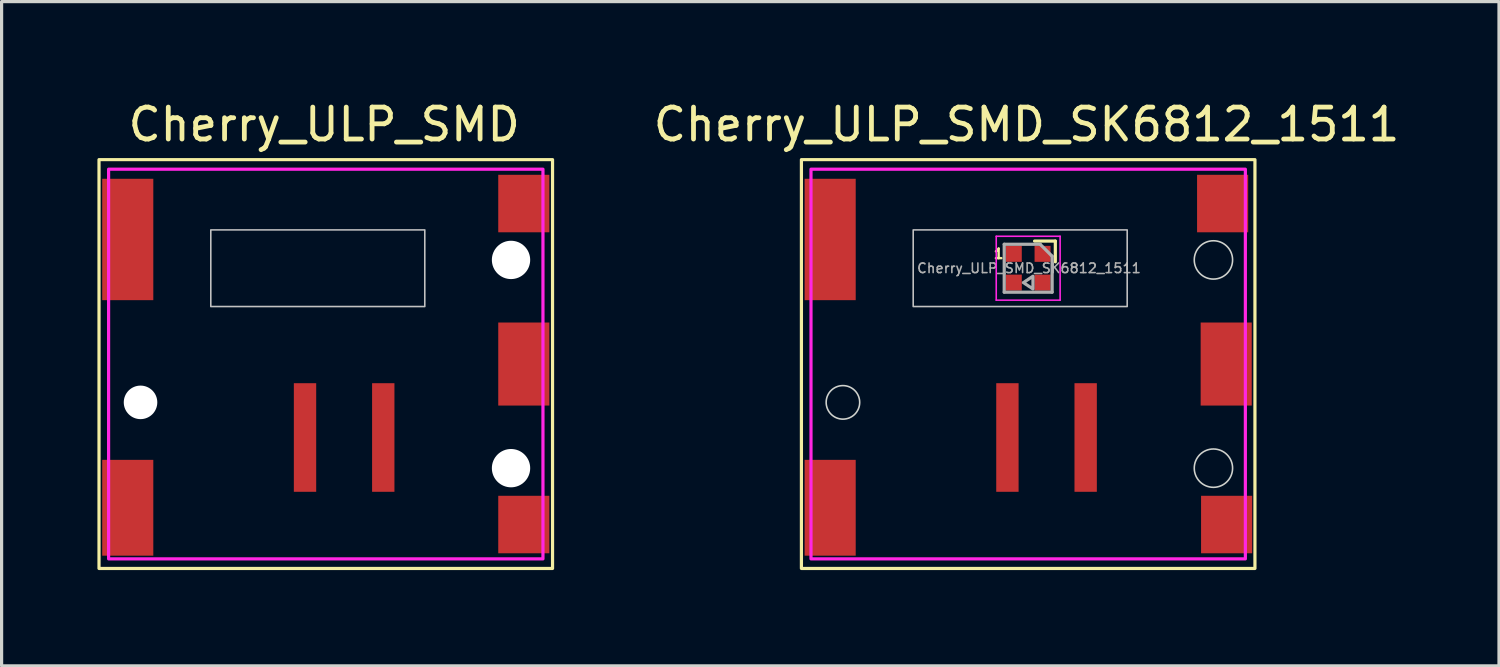
<source format=kicad_pcb>
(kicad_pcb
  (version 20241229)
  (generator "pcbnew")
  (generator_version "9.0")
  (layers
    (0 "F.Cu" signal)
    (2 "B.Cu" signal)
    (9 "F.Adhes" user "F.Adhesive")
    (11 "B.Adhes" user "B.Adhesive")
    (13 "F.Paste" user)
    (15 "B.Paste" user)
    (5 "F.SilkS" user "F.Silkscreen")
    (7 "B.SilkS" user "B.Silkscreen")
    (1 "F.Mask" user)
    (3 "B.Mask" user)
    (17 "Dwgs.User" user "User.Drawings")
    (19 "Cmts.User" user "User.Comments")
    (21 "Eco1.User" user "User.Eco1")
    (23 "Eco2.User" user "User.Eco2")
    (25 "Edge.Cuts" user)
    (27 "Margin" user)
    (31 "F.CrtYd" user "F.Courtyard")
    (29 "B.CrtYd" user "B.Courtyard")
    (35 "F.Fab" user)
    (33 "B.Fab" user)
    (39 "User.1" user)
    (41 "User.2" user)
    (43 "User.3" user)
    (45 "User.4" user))
  (footprint "Cherry_ULP_SMD_SK6812_1511"
    (layer "F.Cu")
    (at 29.142 8.348)
    (property "Reference" "Cherry_ULP_SMD_SK6812_1511" (at -0.05 -7.5 0) (unlocked yes) (layer "F.SilkS") (effects (font (size 1 1) (thickness 0.15))))
    (attr smd)
    (fp_line (start 0.85 -3.85) (end 0.2 -3.85) (stroke (width 0.1) (type solid)) (layer "F.SilkS"))
    (fp_line (start 0.85 -3.2) (end 0.85 -3.85) (stroke (width 0.1) (type solid)) (layer "F.SilkS"))
    (fp_rect (start -7.1 -6.4) (end 7.1 6.4) (stroke (width 0.1) (type solid)) (fill no) (layer "F.SilkS"))
    (fp_rect (start -3.6 -1.8) (end 3.1 -4.2) (stroke (width 0.05) (type solid)) (fill no) (layer "Dwgs.User"))
    (fp_circle (center -5.8 1.2) (end -5.275 1.2) (stroke (width 0.05) (type solid)) (fill no) (layer "Edge.Cuts"))
    (fp_circle (center 5.8 -3.26) (end 6.4 -3.26) (stroke (width 0.05) (type solid)) (fill no) (layer "Edge.Cuts"))
    (fp_circle (center 5.8 3.26) (end 6.4 3.26) (stroke (width 0.05) (type solid)) (fill no) (layer "Edge.Cuts"))
    (fp_line (start -1 -4) (end 1 -4) (stroke (width 0.05) (type solid)) (layer "F.CrtYd"))
    (fp_line (start -1 -2) (end -1 -4) (stroke (width 0.05) (type solid)) (layer "F.CrtYd"))
    (fp_line (start 1 -4) (end 1 -2) (stroke (width 0.05) (type solid)) (layer "F.CrtYd"))
    (fp_line (start 1 -2) (end -1 -2) (stroke (width 0.05) (type solid)) (layer "F.CrtYd"))
    (fp_rect (start -6.8 -6.1) (end 6.8 6.1) (stroke (width 0.1) (type solid)) (fill no) (layer "F.CrtYd"))
    (fp_line (start -0.75 -3.75) (end 0.375 -3.75) (stroke (width 0.1) (type solid)) (layer "F.Fab"))
    (fp_line (start -0.75 -2.25) (end -0.75 -3.75) (stroke (width 0.1) (type solid)) (layer "F.Fab"))
    (fp_line (start 0.375 -3.75) (end 0.75 -3.375) (stroke (width 0.1) (type solid)) (layer "F.Fab"))
    (fp_line (start 0.75 -3.375) (end 0.75 -2.25) (stroke (width 0.1) (type solid)) (layer "F.Fab"))
    (fp_line (start 0.75 -2.25) (end -0.75 -2.25) (stroke (width 0.1) (type solid)) (layer "F.Fab"))
    (fp_poly (pts (xy 0.15 -2.75) (xy -0.15 -2.55) (xy 0.15 -2.35)) (stroke (width 0.1) (type solid)) (fill no) (layer "F.Fab"))
    (fp_text user "1" (at -0.925 -3.45 0) (layer "F.SilkS") (effects (font (size 0.3 0.3) (thickness 0.075))))
    (fp_text user "${REFERENCE}" (at 0.025 -3 0) (layer "F.Fab") (effects (font (size 0.3 0.3) (thickness 0.05))))
    (pad "1" smd rect (at -0.65 2.3) (size 0.7 3.4) (layers "F.Cu" "F.Mask" "F.Paste"))
    (pad "2" smd rect (at 1.8 2.3) (size 0.7 3.4) (layers "F.Cu" "F.Mask" "F.Paste"))
    (pad "3" smd rect (at 0.45 -2.55) (size 0.5 0.5) (layers "F.Cu" "F.Mask" "F.Paste"))
    (pad "4" smd rect (at 0.45 -3.45) (size 0.5 0.5) (layers "F.Cu" "F.Mask" "F.Paste"))
    (pad "5" smd rect (at -0.45 -3.45) (size 0.5 0.5) (layers "F.Cu" "F.Mask" "F.Paste"))
    (pad "6" smd rect (at -0.45 -2.55) (size 0.5 0.5) (layers "F.Cu" "F.Mask" "F.Paste"))
    (pad "7" smd rect (at -6.2 -3.9) (size 1.6 3.8) (layers "F.Cu" "F.Mask" "F.Paste"))
    (pad "7" smd rect (at -6.2 4.5) (size 1.6 3) (layers "F.Cu" "F.Mask" "F.Paste"))
    (pad "7" smd rect (at 6.088 -5.025) (size 1.6 1.8) (layers "F.Cu" "F.Mask" "F.Paste"))
    (pad "7" smd rect (at 6.2 0) (size 1.6 2.6) (layers "F.Cu" "F.Mask" "F.Paste"))
    (pad "7" smd rect (at 6.213 5.025) (size 1.6 1.8) (layers "F.Cu" "F.Mask" "F.Paste"))
    (zone (net_name "") (layer "Dwgs.User") (hatch edge 0.508) (connect_pads) (min_thickness 0.254) (filled_areas_thickness no) (keepout (tracks not_allowed) (vias not_allowed) (pads not_allowed) (copperpour not_allowed) (footprints allowed)) (placement (enabled no)) (fill) (polygon (pts (xy 27.942 12.548) (xy 24.142 12.548) (xy 24.142 10.548) (xy 27.942 10.548)))))
  (footprint "Cherry_ULP_SMD"
    (layer "F.Cu")
    (at 7.15 8.348)
    (property "Reference" "Cherry_ULP_SMD" (at -0.05 -7.5 0) (unlocked yes) (layer "F.SilkS") (effects (font (size 1 1) (thickness 0.15))))
    (attr smd)
    (fp_rect (start -7.1 -6.4) (end 7.1 6.4) (stroke (width 0.1) (type solid)) (fill no) (layer "F.SilkS"))
    (fp_rect (start -3.6 -1.8) (end 3.1 -4.2) (stroke (width 0.05) (type solid)) (fill no) (layer "Dwgs.User"))
    (fp_rect (start -6.8 -6.1) (end 6.8 6.1) (stroke (width 0.1) (type solid)) (fill no) (layer "F.CrtYd"))
    (pad "" np_thru_hole circle (at -5.8 1.2) (size 1.05 1.05) (drill 1.05) (layers "*.Cu" "*.Mask"))
    (pad "" np_thru_hole circle (at 5.8 -3.26) (size 1.2 1.2) (drill 1.2) (layers "*.Cu" "*.Mask"))
    (pad "" np_thru_hole circle (at 5.8 3.26) (size 1.2 1.2) (drill 1.2) (layers "*.Cu" "*.Mask"))
    (pad "1" smd rect (at -0.65 2.3) (size 0.7 3.4) (layers "F.Cu" "F.Mask" "F.Paste"))
    (pad "2" smd rect (at 1.8 2.3) (size 0.7 3.4) (layers "F.Cu" "F.Mask" "F.Paste"))
    (pad "3" smd rect (at -6.2 -3.9) (size 1.6 3.8) (layers "F.Cu" "F.Mask" "F.Paste"))
    (pad "3" smd rect (at -6.2 4.5) (size 1.6 3) (layers "F.Cu" "F.Mask" "F.Paste"))
    (pad "3" smd rect (at 6.2 -5.025) (size 1.6 1.8) (layers "F.Cu" "F.Mask" "F.Paste"))
    (pad "3" smd rect (at 6.2 0) (size 1.6 2.6) (layers "F.Cu" "F.Mask" "F.Paste"))
    (pad "3" smd rect (at 6.2 5.025) (size 1.6 1.8) (layers "F.Cu" "F.Mask" "F.Paste"))
    (zone (net_name "") (layer "Dwgs.User") (hatch edge 0.508) (connect_pads) (min_thickness 0.254) (filled_areas_thickness no) (keepout (tracks not_allowed) (vias not_allowed) (pads not_allowed) (copperpour not_allowed) (footprints allowed)) (placement (enabled no)) (fill) (polygon (pts (xy 5.95 12.548) (xy 2.15 12.548) (xy 2.15 10.548) (xy 5.95 10.548)))))
  (gr_rect
    (start -3 -3)
    (end 43.883 17.798)
    (stroke (width 0.1) (type default))
    (fill no)
    (layer "Edge.Cuts")))
</source>
